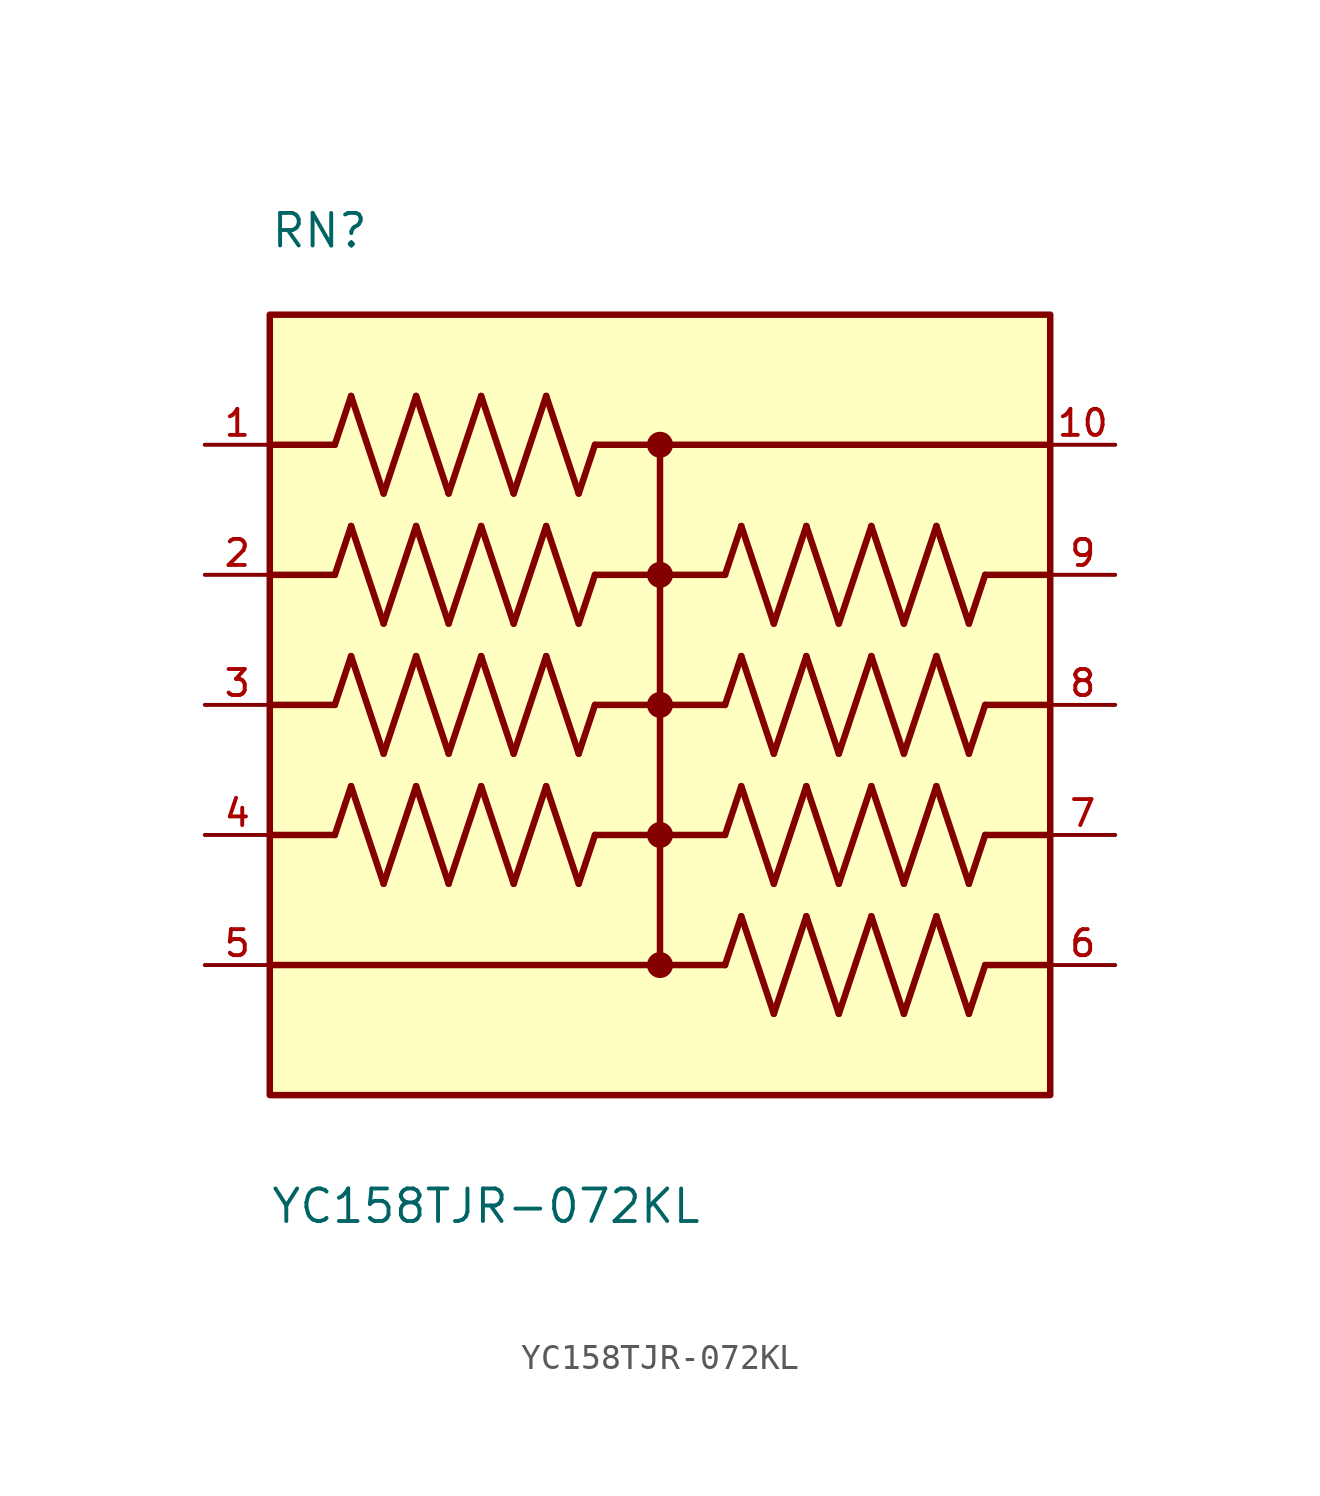
<source format=kicad_sym>
(kicad_symbol_lib
  (version 20211014)
  (generator kicad_symbol_editor)
  (symbol "YC158TJR-072KL"
    (pin_names
      (offset 1.016))
    (property "Reference" "RN"
      (at -15.24 17.78 0)
      (effects (font (size 1.27 1.27)) (justify bottom left)))
    (property "Value" "YC158TJR-072KL"
      (at -15.24 -20.32 0)
      (effects (font (size 1.27 1.27)) (justify bottom left)))
    (symbol "YC158TJR-072KL_0_0"
      (polyline (pts (xy -12.7 10.16) (xy -12.065 12.065)) (stroke (width 0.254)))
      (polyline (pts (xy -12.065 12.065) (xy -10.795 8.255)) (stroke (width 0.254)))
      (polyline (pts (xy -10.795 8.255) (xy -9.525 12.065)) (stroke (width 0.254)))
      (polyline (pts (xy -9.525 12.065) (xy -8.255 8.255)) (stroke (width 0.254)))
      (polyline (pts (xy -8.255 8.255) (xy -6.985 12.065)) (stroke (width 0.254)))
      (polyline (pts (xy -6.985 12.065) (xy -5.715 8.255)) (stroke (width 0.254)))
      (polyline (pts (xy -5.715 8.255) (xy -4.445 12.065)) (stroke (width 0.254)))
      (polyline (pts (xy -4.445 12.065) (xy -3.175 8.255)) (stroke (width 0.254)))
      (polyline (pts (xy -3.175 8.255) (xy -2.54 10.16)) (stroke (width 0.254)))
      (polyline (pts (xy -12.7 5.08) (xy -12.065 6.985)) (stroke (width 0.254)))
      (polyline (pts (xy -12.065 6.985) (xy -10.795 3.175)) (stroke (width 0.254)))
      (polyline (pts (xy -10.795 3.175) (xy -9.525 6.985)) (stroke (width 0.254)))
      (polyline (pts (xy -9.525 6.985) (xy -8.255 3.175)) (stroke (width 0.254)))
      (polyline (pts (xy -8.255 3.175) (xy -6.985 6.985)) (stroke (width 0.254)))
      (polyline (pts (xy -6.985 6.985) (xy -5.715 3.175)) (stroke (width 0.254)))
      (polyline (pts (xy -5.715 3.175) (xy -4.445 6.985)) (stroke (width 0.254)))
      (polyline (pts (xy -4.445 6.985) (xy -3.175 3.175)) (stroke (width 0.254)))
      (polyline (pts (xy -3.175 3.175) (xy -2.54 5.08)) (stroke (width 0.254)))
      (polyline (pts (xy -12.7 0.0) (xy -12.065 1.905)) (stroke (width 0.254)))
      (polyline (pts (xy -12.065 1.905) (xy -10.795 -1.905)) (stroke (width 0.254)))
      (polyline (pts (xy -10.795 -1.905) (xy -9.525 1.905)) (stroke (width 0.254)))
      (polyline (pts (xy -9.525 1.905) (xy -8.255 -1.905)) (stroke (width 0.254)))
      (polyline (pts (xy -8.255 -1.905) (xy -6.985 1.905)) (stroke (width 0.254)))
      (polyline (pts (xy -6.985 1.905) (xy -5.715 -1.905)) (stroke (width 0.254)))
      (polyline (pts (xy -5.715 -1.905) (xy -4.445 1.905)) (stroke (width 0.254)))
      (polyline (pts (xy -4.445 1.905) (xy -3.175 -1.905)) (stroke (width 0.254)))
      (polyline (pts (xy -3.175 -1.905) (xy -2.54 0.0)) (stroke (width 0.254)))
      (polyline (pts (xy -12.7 -5.08) (xy -12.065 -3.175)) (stroke (width 0.254)))
      (polyline (pts (xy -12.065 -3.175) (xy -10.795 -6.985)) (stroke (width 0.254)))
      (polyline (pts (xy -10.795 -6.985) (xy -9.525 -3.175)) (stroke (width 0.254)))
      (polyline (pts (xy -9.525 -3.175) (xy -8.255 -6.985)) (stroke (width 0.254)))
      (polyline (pts (xy -8.255 -6.985) (xy -6.985 -3.175)) (stroke (width 0.254)))
      (polyline (pts (xy -6.985 -3.175) (xy -5.715 -6.985)) (stroke (width 0.254)))
      (polyline (pts (xy -5.715 -6.985) (xy -4.445 -3.175)) (stroke (width 0.254)))
      (polyline (pts (xy -4.445 -3.175) (xy -3.175 -6.985)) (stroke (width 0.254)))
      (polyline (pts (xy -3.175 -6.985) (xy -2.54 -5.08)) (stroke (width 0.254)))
      (polyline (pts (xy 2.54 5.08) (xy 3.175 6.985)) (stroke (width 0.254)))
      (polyline (pts (xy 3.175 6.985) (xy 4.445 3.175)) (stroke (width 0.254)))
      (polyline (pts (xy 4.445 3.175) (xy 5.715 6.985)) (stroke (width 0.254)))
      (polyline (pts (xy 5.715 6.985) (xy 6.985 3.175)) (stroke (width 0.254)))
      (polyline (pts (xy 6.985 3.175) (xy 8.255 6.985)) (stroke (width 0.254)))
      (polyline (pts (xy 8.255 6.985) (xy 9.525 3.175)) (stroke (width 0.254)))
      (polyline (pts (xy 9.525 3.175) (xy 10.795 6.985)) (stroke (width 0.254)))
      (polyline (pts (xy 10.795 6.985) (xy 12.065 3.175)) (stroke (width 0.254)))
      (polyline (pts (xy 12.065 3.175) (xy 12.7 5.08)) (stroke (width 0.254)))
      (polyline (pts (xy 2.54 0.0) (xy 3.175 1.905)) (stroke (width 0.254)))
      (polyline (pts (xy 3.175 1.905) (xy 4.445 -1.905)) (stroke (width 0.254)))
      (polyline (pts (xy 4.445 -1.905) (xy 5.715 1.905)) (stroke (width 0.254)))
      (polyline (pts (xy 5.715 1.905) (xy 6.985 -1.905)) (stroke (width 0.254)))
      (polyline (pts (xy 6.985 -1.905) (xy 8.255 1.905)) (stroke (width 0.254)))
      (polyline (pts (xy 8.255 1.905) (xy 9.525 -1.905)) (stroke (width 0.254)))
      (polyline (pts (xy 9.525 -1.905) (xy 10.795 1.905)) (stroke (width 0.254)))
      (polyline (pts (xy 10.795 1.905) (xy 12.065 -1.905)) (stroke (width 0.254)))
      (polyline (pts (xy 12.065 -1.905) (xy 12.7 0.0)) (stroke (width 0.254)))
      (polyline (pts (xy 2.54 -5.08) (xy 3.175 -3.175)) (stroke (width 0.254)))
      (polyline (pts (xy 3.175 -3.175) (xy 4.445 -6.985)) (stroke (width 0.254)))
      (polyline (pts (xy 4.445 -6.985) (xy 5.715 -3.175)) (stroke (width 0.254)))
      (polyline (pts (xy 5.715 -3.175) (xy 6.985 -6.985)) (stroke (width 0.254)))
      (polyline (pts (xy 6.985 -6.985) (xy 8.255 -3.175)) (stroke (width 0.254)))
      (polyline (pts (xy 8.255 -3.175) (xy 9.525 -6.985)) (stroke (width 0.254)))
      (polyline (pts (xy 9.525 -6.985) (xy 10.795 -3.175)) (stroke (width 0.254)))
      (polyline (pts (xy 10.795 -3.175) (xy 12.065 -6.985)) (stroke (width 0.254)))
      (polyline (pts (xy 12.065 -6.985) (xy 12.7 -5.08)) (stroke (width 0.254)))
      (polyline (pts (xy 2.54 -10.16) (xy 3.175 -8.255)) (stroke (width 0.254)))
      (polyline (pts (xy 3.175 -8.255) (xy 4.445 -12.065)) (stroke (width 0.254)))
      (polyline (pts (xy 4.445 -12.065) (xy 5.715 -8.255)) (stroke (width 0.254)))
      (polyline (pts (xy 5.715 -8.255) (xy 6.985 -12.065)) (stroke (width 0.254)))
      (polyline (pts (xy 6.985 -12.065) (xy 8.255 -8.255)) (stroke (width 0.254)))
      (polyline (pts (xy 8.255 -8.255) (xy 9.525 -12.065)) (stroke (width 0.254)))
      (polyline (pts (xy 9.525 -12.065) (xy 10.795 -8.255)) (stroke (width 0.254)))
      (polyline (pts (xy 10.795 -8.255) (xy 12.065 -12.065)) (stroke (width 0.254)))
      (polyline (pts (xy 12.065 -12.065) (xy 12.7 -10.16)) (stroke (width 0.254)))
      (polyline (pts (xy -2.54 10.16) (xy 0.0 10.16)) (stroke (width 0.254)))
      (polyline (pts (xy 0.0 10.16) (xy 15.24 10.16)) (stroke (width 0.254)))
      (polyline (pts (xy -2.54 5.08) (xy 2.54 5.08)) (stroke (width 0.254)))
      (polyline (pts (xy 2.54 0.0) (xy -2.54 0.0)) (stroke (width 0.254)))
      (polyline (pts (xy 2.54 -5.08) (xy -2.54 -5.08)) (stroke (width 0.254)))
      (polyline (pts (xy 2.54 -10.16) (xy 0.0 -10.16)) (stroke (width 0.254)))
      (polyline (pts (xy 0.0 -10.16) (xy -15.24 -10.16)) (stroke (width 0.254)))
      (polyline (pts (xy 0.0 10.16) (xy 0.0 -10.16)) (stroke (width 0.254)))
      (circle (center 0.0 10.16) (radius 0.254) (stroke (width 0.508)) (fill (type none)))
      (circle (center 0.0 5.08) (radius 0.254) (stroke (width 0.508)) (fill (type none)))
      (circle (center 0.0 0.0) (radius 0.254) (stroke (width 0.508)) (fill (type none)))
      (circle (center 0.0 -5.08) (radius 0.254) (stroke (width 0.508)) (fill (type none)))
      (circle (center 0.0 -10.16) (radius 0.254) (stroke (width 0.508)) (fill (type none)))
      (polyline (pts (xy -12.7 10.16) (xy -15.24 10.16)) (stroke (width 0.254)))
      (polyline (pts (xy -12.7 5.08) (xy -15.24 5.08)) (stroke (width 0.254)))
      (polyline (pts (xy -12.7 0.0) (xy -15.24 0.0)) (stroke (width 0.254)))
      (polyline (pts (xy -12.7 -5.08) (xy -15.24 -5.08)) (stroke (width 0.254)))
      (polyline (pts (xy 15.24 5.08) (xy 12.7 5.08)) (stroke (width 0.254)))
      (polyline (pts (xy 15.24 0.0) (xy 12.7 0.0)) (stroke (width 0.254)))
      (polyline (pts (xy 15.24 -5.08) (xy 12.7 -5.08)) (stroke (width 0.254)))
      (polyline (pts (xy 15.24 -10.16) (xy 12.7 -10.16)) (stroke (width 0.254)))
      (rectangle (start -15.24 -15.24) (end 15.24 15.24) (stroke (width 0.254)) (fill (type background)))
      (pin passive line (at -17.78 10.16 0) (length 2.54) (name "~" (effects (font (size 1.016 1.016)))) (number "1" (effects (font (size 1.016 1.016)))))
      (pin passive line (at -17.78 5.08 0) (length 2.54) (name "~" (effects (font (size 1.016 1.016)))) (number "2" (effects (font (size 1.016 1.016)))))
      (pin passive line (at -17.78 0.0 0) (length 2.54) (name "~" (effects (font (size 1.016 1.016)))) (number "3" (effects (font (size 1.016 1.016)))))
      (pin passive line (at -17.78 -5.08 0) (length 2.54) (name "~" (effects (font (size 1.016 1.016)))) (number "4" (effects (font (size 1.016 1.016)))))
      (pin passive line (at -17.78 -10.16 0) (length 2.54) (name "~" (effects (font (size 1.016 1.016)))) (number "5" (effects (font (size 1.016 1.016)))))
      (pin passive line (at 17.78 -10.16 180.0) (length 2.54) (name "~" (effects (font (size 1.016 1.016)))) (number "6" (effects (font (size 1.016 1.016)))))
      (pin passive line (at 17.78 -5.08 180.0) (length 2.54) (name "~" (effects (font (size 1.016 1.016)))) (number "7" (effects (font (size 1.016 1.016)))))
      (pin passive line (at 17.78 0.0 180.0) (length 2.54) (name "~" (effects (font (size 1.016 1.016)))) (number "8" (effects (font (size 1.016 1.016)))))
      (pin passive line (at 17.78 5.08 180.0) (length 2.54) (name "~" (effects (font (size 1.016 1.016)))) (number "9" (effects (font (size 1.016 1.016)))))
      (pin passive line (at 17.78 10.16 180.0) (length 2.54) (name "~" (effects (font (size 1.016 1.016)))) (number "10" (effects (font (size 1.016 1.016))))))))
</source>
